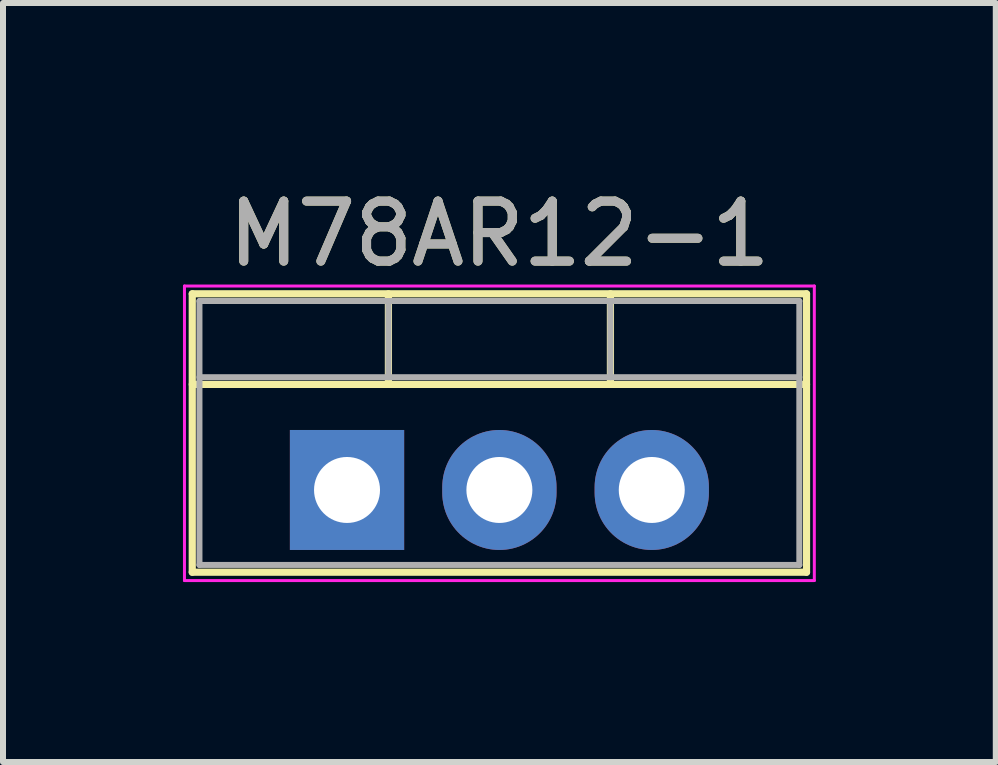
<source format=kicad_pcb>
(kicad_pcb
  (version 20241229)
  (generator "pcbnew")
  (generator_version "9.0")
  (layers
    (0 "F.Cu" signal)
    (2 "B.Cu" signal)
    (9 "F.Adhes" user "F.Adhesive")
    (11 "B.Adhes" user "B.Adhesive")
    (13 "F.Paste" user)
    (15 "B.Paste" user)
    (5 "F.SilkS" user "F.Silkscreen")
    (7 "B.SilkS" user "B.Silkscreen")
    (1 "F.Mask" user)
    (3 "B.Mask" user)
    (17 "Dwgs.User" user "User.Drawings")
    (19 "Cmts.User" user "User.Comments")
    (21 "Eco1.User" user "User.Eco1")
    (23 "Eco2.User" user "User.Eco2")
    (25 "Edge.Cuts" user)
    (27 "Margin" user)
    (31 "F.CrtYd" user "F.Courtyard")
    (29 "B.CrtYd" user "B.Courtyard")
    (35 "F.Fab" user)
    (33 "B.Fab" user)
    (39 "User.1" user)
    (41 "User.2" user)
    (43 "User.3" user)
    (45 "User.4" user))
  (footprint "M78AR12-1"
    (layer "F.Cu")
    (at 2.735 5.118)
    (property "Reference" "M78AR12-1" (at 2.54 -4.27 0) (layer "F.SilkS") (effects (font (size 1 1) (thickness 0.15))))
    (attr through_hole)
    (fp_line (start -2.58 -3.27) (end -2.58 1.371) (stroke (width 0.12) (type solid)) (layer "F.SilkS"))
    (fp_line (start -2.58 -3.27) (end 7.66 -3.27) (stroke (width 0.12) (type solid)) (layer "F.SilkS"))
    (fp_line (start -2.58 -1.76) (end 7.66 -1.76) (stroke (width 0.12) (type solid)) (layer "F.SilkS"))
    (fp_line (start -2.58 1.371) (end 7.66 1.371) (stroke (width 0.12) (type solid)) (layer "F.SilkS"))
    (fp_line (start 0.69 -3.27) (end 0.69 -1.76) (stroke (width 0.12) (type solid)) (layer "F.SilkS"))
    (fp_line (start 4.391 -3.27) (end 4.391 -1.76) (stroke (width 0.12) (type solid)) (layer "F.SilkS"))
    (fp_line (start 7.66 -3.27) (end 7.66 1.371) (stroke (width 0.12) (type solid)) (layer "F.SilkS"))
    (fp_line (start -2.71 -3.4) (end -2.71 1.51) (stroke (width 0.05) (type solid)) (layer "F.CrtYd"))
    (fp_line (start -2.71 1.51) (end 7.79 1.51) (stroke (width 0.05) (type solid)) (layer "F.CrtYd"))
    (fp_line (start 7.79 -3.4) (end -2.71 -3.4) (stroke (width 0.05) (type solid)) (layer "F.CrtYd"))
    (fp_line (start 7.79 1.51) (end 7.79 -3.4) (stroke (width 0.05) (type solid)) (layer "F.CrtYd"))
    (fp_line (start -2.46 -3.15) (end -2.46 1.25) (stroke (width 0.1) (type solid)) (layer "F.Fab"))
    (fp_line (start -2.46 -1.88) (end 7.54 -1.88) (stroke (width 0.1) (type solid)) (layer "F.Fab"))
    (fp_line (start -2.46 1.25) (end 7.54 1.25) (stroke (width 0.1) (type solid)) (layer "F.Fab"))
    (fp_line (start 0.69 -3.15) (end 0.69 -1.88) (stroke (width 0.1) (type solid)) (layer "F.Fab"))
    (fp_line (start 4.39 -3.15) (end 4.39 -1.88) (stroke (width 0.1) (type solid)) (layer "F.Fab"))
    (fp_line (start 7.54 -3.15) (end -2.46 -3.15) (stroke (width 0.1) (type solid)) (layer "F.Fab"))
    (fp_line (start 7.54 1.25) (end 7.54 -3.15) (stroke (width 0.1) (type solid)) (layer "F.Fab"))
    (fp_text user "${REFERENCE}" (at 2.54 -4.27 0) (layer "F.Fab") (effects (font (size 1 1) (thickness 0.15))))
    (pad "1" thru_hole rect (at 0 0) (size 1.905 2) (drill 1.1) (layers "*.Cu" "*.Mask"))
    (pad "2" thru_hole oval (at 2.54 0) (size 1.905 2) (drill 1.1) (layers "*.Cu" "*.Mask"))
    (pad "3" thru_hole oval (at 5.08 0) (size 1.905 2) (drill 1.1) (layers "*.Cu" "*.Mask")))
  (gr_rect
    (start -3 -3)
    (end 13.55 9.653)
    (stroke (width 0.1) (type default))
    (fill no)
    (layer "Edge.Cuts")))
</source>
